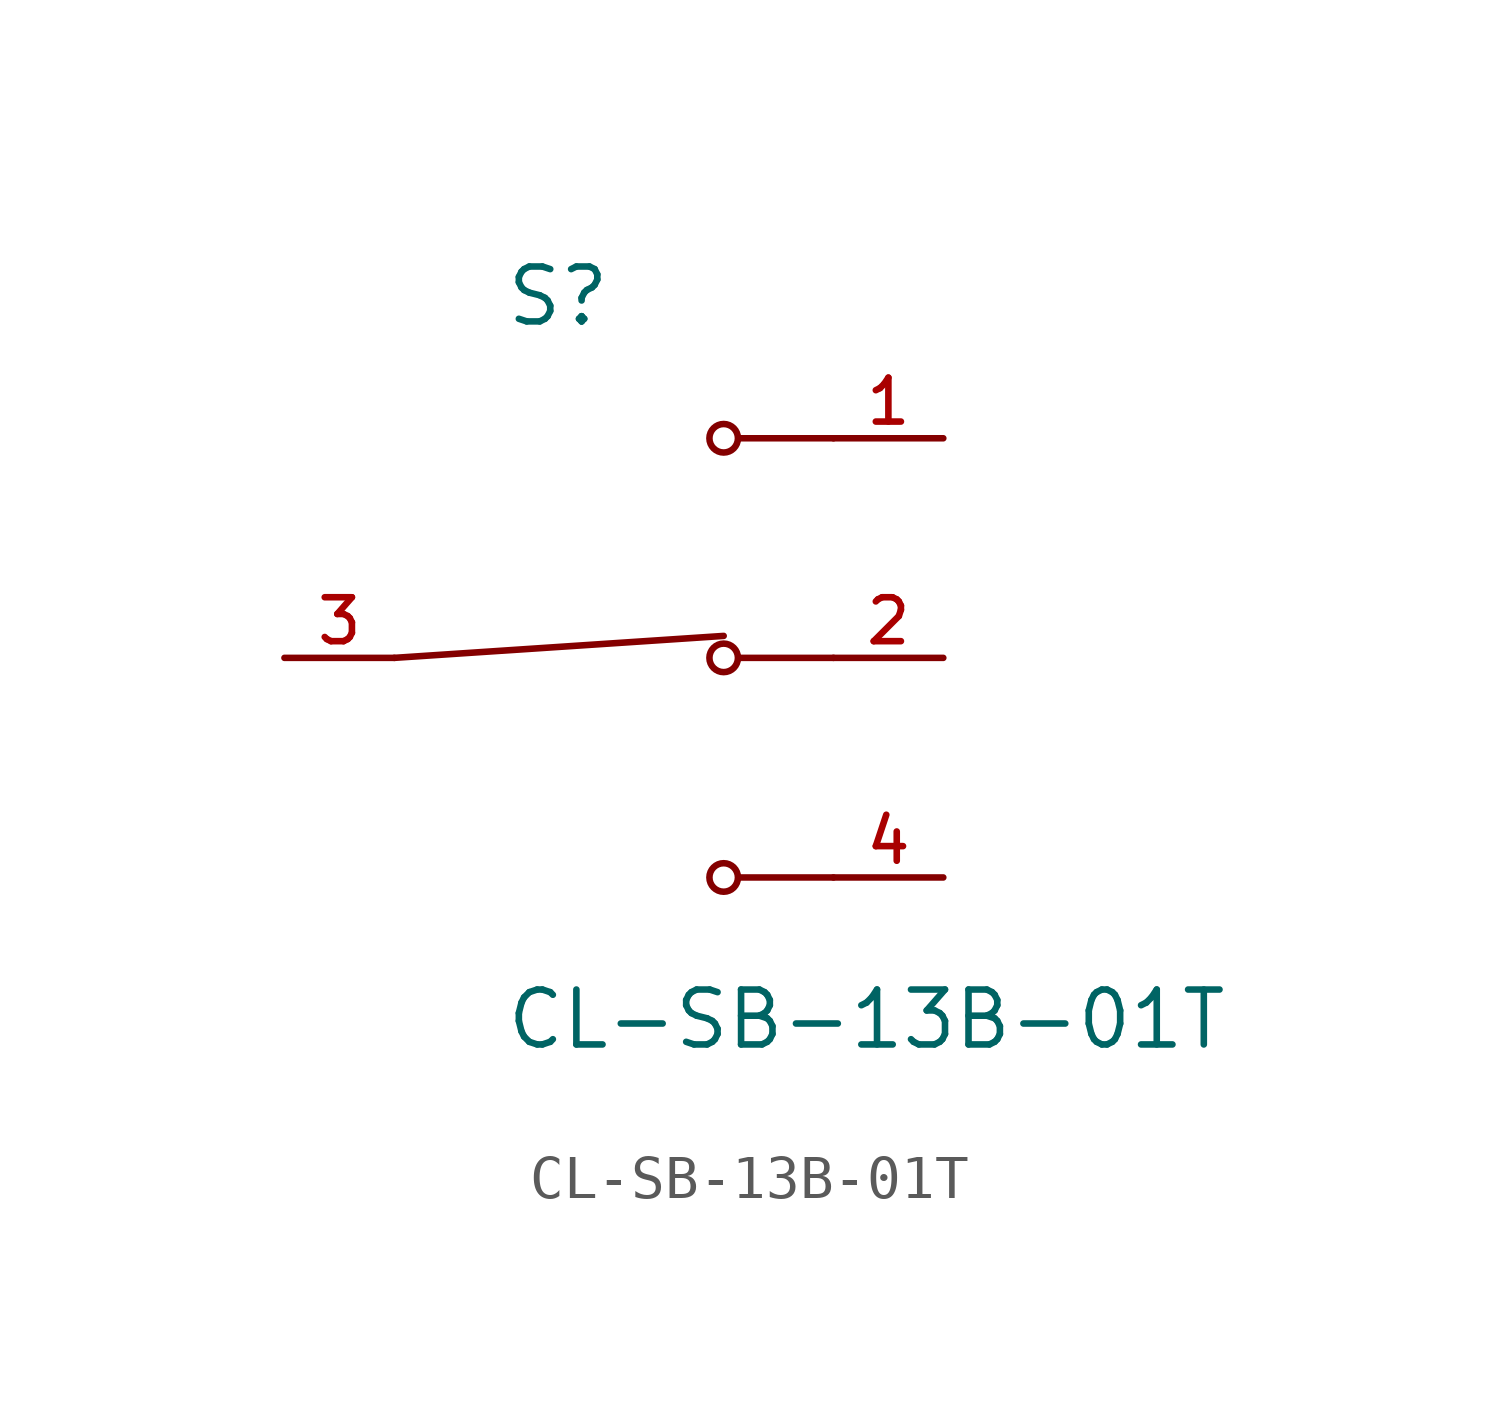
<source format=kicad_sym>
(kicad_symbol_lib
  (version 20231120)
  (generator "kicad_symbol_editor")
  (generator_version "8.0")
  (symbol "CL-SB-13B-01T"
    (pin_names
      (offset 1.016))
    (property "Reference" "S"
      (at -2.54 7.62 0)
      (effects (font (size 1.27 1.27)) (justify left bottom)))
    (property "Value" "CL-SB-13B-01T"
      (at -2.54 -7.62 0)
      (effects (font (size 1.27 1.27)) (justify left top)))
    (symbol "CL-SB-13B-01T_0_0"
      (polyline (pts (xy -5.08 0) (xy 2.54 0.508)) (stroke (width 0.152) (type default)) (fill (type none)))
      (polyline (pts (xy 5.08 -5.08) (xy 2.921 -5.08)) (stroke (width 0.152) (type default)) (fill (type none)))
      (polyline (pts (xy 5.08 0) (xy 2.921 0)) (stroke (width 0.152) (type default)) (fill (type none)))
      (polyline (pts (xy 5.08 5.08) (xy 2.921 5.08)) (stroke (width 0.152) (type default)) (fill (type none)))
      (circle (center 2.54 -5.08) (radius 0.33) (stroke (width 0.152) (type default)) (fill (type none)))
      (circle (center 2.54 0) (radius 0.33) (stroke (width 0.152) (type default)) (fill (type none)))
      (circle (center 2.54 5.08) (radius 0.33) (stroke (width 0.152) (type default)) (fill (type none)))
      (pin passive line (at 7.62 5.08 180) (length 2.54) (name "~" (effects (font (size 1.016 1.016)))) (number "1" (effects (font (size 1.016 1.016)))))
      (pin passive line (at 7.62 0 180) (length 2.54) (name "~" (effects (font (size 1.016 1.016)))) (number "2" (effects (font (size 1.016 1.016)))))
      (pin passive line (at -7.62 0 0) (length 2.54) (name "~" (effects (font (size 1.016 1.016)))) (number "3" (effects (font (size 1.016 1.016)))))
      (pin passive line (at 7.62 -5.08 180) (length 2.54) (name "~" (effects (font (size 1.016 1.016)))) (number "4" (effects (font (size 1.016 1.016))))))))
</source>
